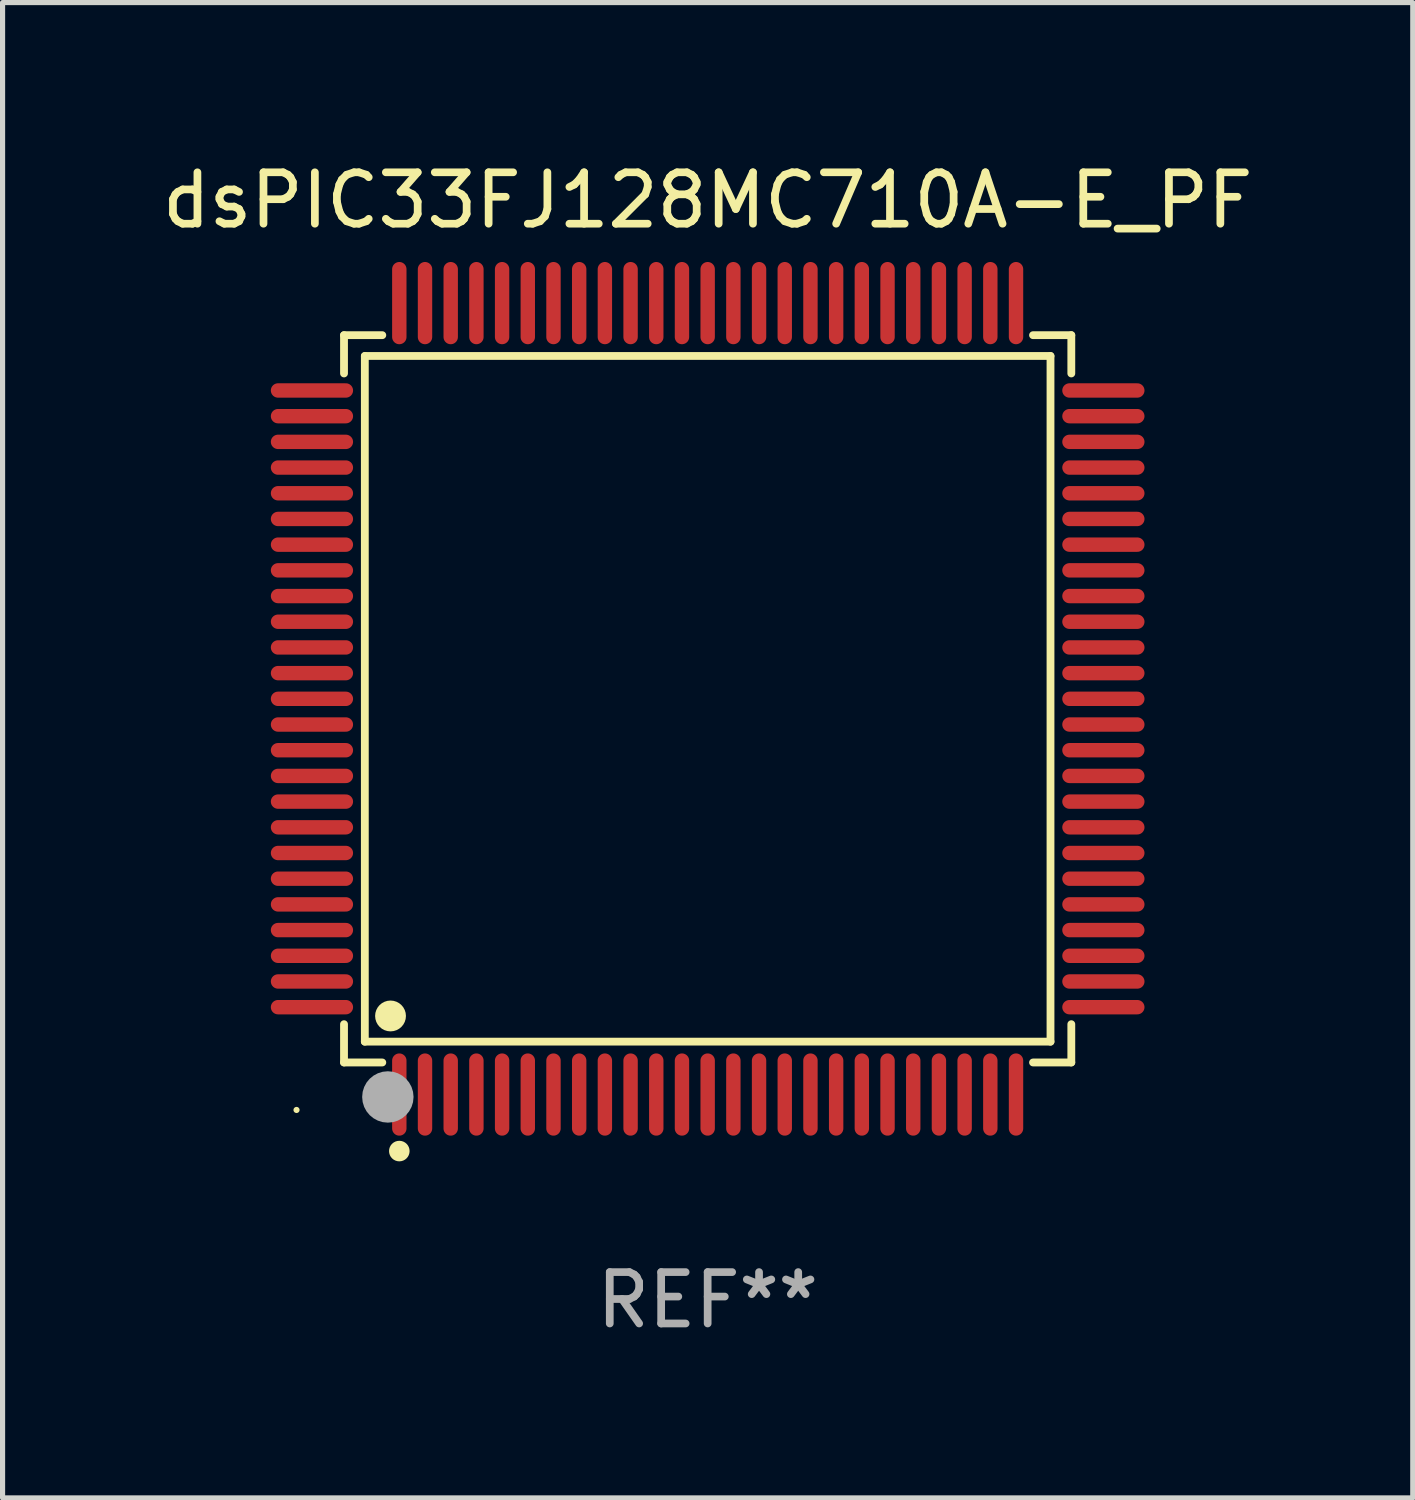
<source format=kicad_pcb>
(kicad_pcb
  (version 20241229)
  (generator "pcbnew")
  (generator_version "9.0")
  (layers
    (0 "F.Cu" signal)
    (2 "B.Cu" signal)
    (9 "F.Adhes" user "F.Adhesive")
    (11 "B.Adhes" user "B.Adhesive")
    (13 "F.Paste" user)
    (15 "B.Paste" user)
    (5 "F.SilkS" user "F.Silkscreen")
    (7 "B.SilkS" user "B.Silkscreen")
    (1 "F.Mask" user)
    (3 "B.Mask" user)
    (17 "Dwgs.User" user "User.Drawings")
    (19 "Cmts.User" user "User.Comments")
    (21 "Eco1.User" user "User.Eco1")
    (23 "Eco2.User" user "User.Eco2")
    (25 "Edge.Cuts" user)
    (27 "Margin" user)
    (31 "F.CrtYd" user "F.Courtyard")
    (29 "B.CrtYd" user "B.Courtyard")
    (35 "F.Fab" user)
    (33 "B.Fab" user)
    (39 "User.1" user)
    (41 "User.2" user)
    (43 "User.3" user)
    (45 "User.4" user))
  (footprint "dsPIC33FJ128MC710A-E_PF"
    (layer "F.Cu")
    (at 10.72 10.548)
    (property "Reference" "dsPIC33FJ128MC710A-E_PF" (at 0 -9.7 0) (layer "F.SilkS") (effects (font (size 1 1) (thickness 0.15))))
    (attr through_hole)
    (fp_line (start -7.076 -7.076) (end -6.331 -7.076) (stroke (width 0.152) (type solid)) (layer "F.SilkS"))
    (fp_line (start -7.076 -6.331) (end -7.076 -7.076) (stroke (width 0.152) (type solid)) (layer "F.SilkS"))
    (fp_line (start -7.076 6.331) (end -7.076 7.076) (stroke (width 0.152) (type solid)) (layer "F.SilkS"))
    (fp_line (start -7.076 7.076) (end -6.331 7.076) (stroke (width 0.152) (type solid)) (layer "F.SilkS"))
    (fp_line (start -6.671 -6.671) (end 6.671 -6.671) (stroke (width 0.152) (type solid)) (layer "F.SilkS"))
    (fp_line (start -6.671 6.671) (end -6.671 -6.671) (stroke (width 0.152) (type solid)) (layer "F.SilkS"))
    (fp_line (start 6.671 -6.671) (end 6.671 6.671) (stroke (width 0.152) (type solid)) (layer "F.SilkS"))
    (fp_line (start 6.671 6.671) (end -6.671 6.671) (stroke (width 0.152) (type solid)) (layer "F.SilkS"))
    (fp_line (start 7.076 -7.076) (end 6.331 -7.076) (stroke (width 0.152) (type solid)) (layer "F.SilkS"))
    (fp_line (start 7.076 -6.331) (end 7.076 -7.076) (stroke (width 0.152) (type solid)) (layer "F.SilkS"))
    (fp_line (start 7.076 6.331) (end 7.076 7.076) (stroke (width 0.152) (type solid)) (layer "F.SilkS"))
    (fp_line (start 7.076 7.076) (end 6.331 7.076) (stroke (width 0.152) (type solid)) (layer "F.SilkS"))
    (fp_circle (center -8 8) (end -7.97 8) (stroke (width 0.06) (type solid)) (fill no) (layer "F.SilkS"))
    (fp_circle (center -6.171 6.171) (end -6.021 6.171) (stroke (width 0.3) (type solid)) (fill no) (layer "F.SilkS"))
    (fp_circle (center -6 8.8) (end -5.9 8.8) (stroke (width 0.2) (type solid)) (fill no) (layer "F.SilkS"))
    (fp_circle (center -6.223 7.747) (end -5.973 7.747) (stroke (width 0.5) (type solid)) (fill no) (layer "F.Fab"))
    (fp_text user "REF**" (at 0 11.7 0) (layer "F.Fab") (effects (font (size 1 1) (thickness 0.15))))
    (pad "1" smd oval (at -6 7.7) (size 0.28 1.6) (layers "F.Cu" "F.Mask" "F.Paste"))
    (pad "2" smd oval (at -5.5 7.7) (size 0.28 1.6) (layers "F.Cu" "F.Mask" "F.Paste"))
    (pad "3" smd oval (at -5 7.7) (size 0.28 1.6) (layers "F.Cu" "F.Mask" "F.Paste"))
    (pad "4" smd oval (at -4.5 7.7) (size 0.28 1.6) (layers "F.Cu" "F.Mask" "F.Paste"))
    (pad "5" smd oval (at -4 7.7) (size 0.28 1.6) (layers "F.Cu" "F.Mask" "F.Paste"))
    (pad "6" smd oval (at -3.5 7.7) (size 0.28 1.6) (layers "F.Cu" "F.Mask" "F.Paste"))
    (pad "7" smd oval (at -3 7.7) (size 0.28 1.6) (layers "F.Cu" "F.Mask" "F.Paste"))
    (pad "8" smd oval (at -2.5 7.7) (size 0.28 1.6) (layers "F.Cu" "F.Mask" "F.Paste"))
    (pad "9" smd oval (at -2 7.7) (size 0.28 1.6) (layers "F.Cu" "F.Mask" "F.Paste"))
    (pad "10" smd oval (at -1.5 7.7) (size 0.28 1.6) (layers "F.Cu" "F.Mask" "F.Paste"))
    (pad "11" smd oval (at -1 7.7) (size 0.28 1.6) (layers "F.Cu" "F.Mask" "F.Paste"))
    (pad "12" smd oval (at -0.5 7.7) (size 0.28 1.6) (layers "F.Cu" "F.Mask" "F.Paste"))
    (pad "13" smd oval (at 0 7.7) (size 0.28 1.6) (layers "F.Cu" "F.Mask" "F.Paste"))
    (pad "14" smd oval (at 0.5 7.7) (size 0.28 1.6) (layers "F.Cu" "F.Mask" "F.Paste"))
    (pad "15" smd oval (at 1 7.7) (size 0.28 1.6) (layers "F.Cu" "F.Mask" "F.Paste"))
    (pad "16" smd oval (at 1.5 7.7) (size 0.28 1.6) (layers "F.Cu" "F.Mask" "F.Paste"))
    (pad "17" smd oval (at 2 7.7) (size 0.28 1.6) (layers "F.Cu" "F.Mask" "F.Paste"))
    (pad "18" smd oval (at 2.5 7.7) (size 0.28 1.6) (layers "F.Cu" "F.Mask" "F.Paste"))
    (pad "19" smd oval (at 3 7.7) (size 0.28 1.6) (layers "F.Cu" "F.Mask" "F.Paste"))
    (pad "20" smd oval (at 3.5 7.7) (size 0.28 1.6) (layers "F.Cu" "F.Mask" "F.Paste"))
    (pad "21" smd oval (at 4 7.7) (size 0.28 1.6) (layers "F.Cu" "F.Mask" "F.Paste"))
    (pad "22" smd oval (at 4.5 7.7) (size 0.28 1.6) (layers "F.Cu" "F.Mask" "F.Paste"))
    (pad "23" smd oval (at 5 7.7) (size 0.28 1.6) (layers "F.Cu" "F.Mask" "F.Paste"))
    (pad "24" smd oval (at 5.5 7.7) (size 0.28 1.6) (layers "F.Cu" "F.Mask" "F.Paste"))
    (pad "25" smd oval (at 6 7.7) (size 0.28 1.6) (layers "F.Cu" "F.Mask" "F.Paste"))
    (pad "26" smd oval (at 7.7 6) (size 1.6 0.28) (layers "F.Cu" "F.Mask" "F.Paste"))
    (pad "27" smd oval (at 7.7 5.5) (size 1.6 0.28) (layers "F.Cu" "F.Mask" "F.Paste"))
    (pad "28" smd oval (at 7.7 5) (size 1.6 0.28) (layers "F.Cu" "F.Mask" "F.Paste"))
    (pad "29" smd oval (at 7.7 4.5) (size 1.6 0.28) (layers "F.Cu" "F.Mask" "F.Paste"))
    (pad "30" smd oval (at 7.7 4) (size 1.6 0.28) (layers "F.Cu" "F.Mask" "F.Paste"))
    (pad "31" smd oval (at 7.7 3.5) (size 1.6 0.28) (layers "F.Cu" "F.Mask" "F.Paste"))
    (pad "32" smd oval (at 7.7 3) (size 1.6 0.28) (layers "F.Cu" "F.Mask" "F.Paste"))
    (pad "33" smd oval (at 7.7 2.5) (size 1.6 0.28) (layers "F.Cu" "F.Mask" "F.Paste"))
    (pad "34" smd oval (at 7.7 2) (size 1.6 0.28) (layers "F.Cu" "F.Mask" "F.Paste"))
    (pad "35" smd oval (at 7.7 1.5) (size 1.6 0.28) (layers "F.Cu" "F.Mask" "F.Paste"))
    (pad "36" smd oval (at 7.7 1) (size 1.6 0.28) (layers "F.Cu" "F.Mask" "F.Paste"))
    (pad "37" smd oval (at 7.7 0.5) (size 1.6 0.28) (layers "F.Cu" "F.Mask" "F.Paste"))
    (pad "38" smd oval (at 7.7 0) (size 1.6 0.28) (layers "F.Cu" "F.Mask" "F.Paste"))
    (pad "39" smd oval (at 7.7 -0.5) (size 1.6 0.28) (layers "F.Cu" "F.Mask" "F.Paste"))
    (pad "40" smd oval (at 7.7 -1) (size 1.6 0.28) (layers "F.Cu" "F.Mask" "F.Paste"))
    (pad "41" smd oval (at 7.7 -1.5) (size 1.6 0.28) (layers "F.Cu" "F.Mask" "F.Paste"))
    (pad "42" smd oval (at 7.7 -2) (size 1.6 0.28) (layers "F.Cu" "F.Mask" "F.Paste"))
    (pad "43" smd oval (at 7.7 -2.5) (size 1.6 0.28) (layers "F.Cu" "F.Mask" "F.Paste"))
    (pad "44" smd oval (at 7.7 -3) (size 1.6 0.28) (layers "F.Cu" "F.Mask" "F.Paste"))
    (pad "45" smd oval (at 7.7 -3.5) (size 1.6 0.28) (layers "F.Cu" "F.Mask" "F.Paste"))
    (pad "46" smd oval (at 7.7 -4) (size 1.6 0.28) (layers "F.Cu" "F.Mask" "F.Paste"))
    (pad "47" smd oval (at 7.7 -4.5) (size 1.6 0.28) (layers "F.Cu" "F.Mask" "F.Paste"))
    (pad "48" smd oval (at 7.7 -5) (size 1.6 0.28) (layers "F.Cu" "F.Mask" "F.Paste"))
    (pad "49" smd oval (at 7.7 -5.5) (size 1.6 0.28) (layers "F.Cu" "F.Mask" "F.Paste"))
    (pad "50" smd oval (at 7.7 -6) (size 1.6 0.28) (layers "F.Cu" "F.Mask" "F.Paste"))
    (pad "51" smd oval (at 6 -7.7) (size 0.28 1.6) (layers "F.Cu" "F.Mask" "F.Paste"))
    (pad "52" smd oval (at 5.5 -7.7) (size 0.28 1.6) (layers "F.Cu" "F.Mask" "F.Paste"))
    (pad "53" smd oval (at 5 -7.7) (size 0.28 1.6) (layers "F.Cu" "F.Mask" "F.Paste"))
    (pad "54" smd oval (at 4.5 -7.7) (size 0.28 1.6) (layers "F.Cu" "F.Mask" "F.Paste"))
    (pad "55" smd oval (at 4 -7.7) (size 0.28 1.6) (layers "F.Cu" "F.Mask" "F.Paste"))
    (pad "56" smd oval (at 3.5 -7.7) (size 0.28 1.6) (layers "F.Cu" "F.Mask" "F.Paste"))
    (pad "57" smd oval (at 3 -7.7) (size 0.28 1.6) (layers "F.Cu" "F.Mask" "F.Paste"))
    (pad "58" smd oval (at 2.5 -7.7) (size 0.28 1.6) (layers "F.Cu" "F.Mask" "F.Paste"))
    (pad "59" smd oval (at 2 -7.7) (size 0.28 1.6) (layers "F.Cu" "F.Mask" "F.Paste"))
    (pad "60" smd oval (at 1.5 -7.7) (size 0.28 1.6) (layers "F.Cu" "F.Mask" "F.Paste"))
    (pad "61" smd oval (at 1 -7.7) (size 0.28 1.6) (layers "F.Cu" "F.Mask" "F.Paste"))
    (pad "62" smd oval (at 0.5 -7.7) (size 0.28 1.6) (layers "F.Cu" "F.Mask" "F.Paste"))
    (pad "63" smd oval (at 0 -7.7) (size 0.28 1.6) (layers "F.Cu" "F.Mask" "F.Paste"))
    (pad "64" smd oval (at -0.5 -7.7) (size 0.28 1.6) (layers "F.Cu" "F.Mask" "F.Paste"))
    (pad "65" smd oval (at -1 -7.7) (size 0.28 1.6) (layers "F.Cu" "F.Mask" "F.Paste"))
    (pad "66" smd oval (at -1.5 -7.7) (size 0.28 1.6) (layers "F.Cu" "F.Mask" "F.Paste"))
    (pad "67" smd oval (at -2 -7.7) (size 0.28 1.6) (layers "F.Cu" "F.Mask" "F.Paste"))
    (pad "68" smd oval (at -2.5 -7.7) (size 0.28 1.6) (layers "F.Cu" "F.Mask" "F.Paste"))
    (pad "69" smd oval (at -3 -7.7) (size 0.28 1.6) (layers "F.Cu" "F.Mask" "F.Paste"))
    (pad "70" smd oval (at -3.5 -7.7) (size 0.28 1.6) (layers "F.Cu" "F.Mask" "F.Paste"))
    (pad "71" smd oval (at -4 -7.7) (size 0.28 1.6) (layers "F.Cu" "F.Mask" "F.Paste"))
    (pad "72" smd oval (at -4.5 -7.7) (size 0.28 1.6) (layers "F.Cu" "F.Mask" "F.Paste"))
    (pad "73" smd oval (at -5 -7.7) (size 0.28 1.6) (layers "F.Cu" "F.Mask" "F.Paste"))
    (pad "74" smd oval (at -5.5 -7.7) (size 0.28 1.6) (layers "F.Cu" "F.Mask" "F.Paste"))
    (pad "75" smd oval (at -6 -7.7) (size 0.28 1.6) (layers "F.Cu" "F.Mask" "F.Paste"))
    (pad "76" smd oval (at -7.7 -6) (size 1.6 0.28) (layers "F.Cu" "F.Mask" "F.Paste"))
    (pad "77" smd oval (at -7.7 -5.5) (size 1.6 0.28) (layers "F.Cu" "F.Mask" "F.Paste"))
    (pad "78" smd oval (at -7.7 -5) (size 1.6 0.28) (layers "F.Cu" "F.Mask" "F.Paste"))
    (pad "79" smd oval (at -7.7 -4.5) (size 1.6 0.28) (layers "F.Cu" "F.Mask" "F.Paste"))
    (pad "80" smd oval (at -7.7 -4) (size 1.6 0.28) (layers "F.Cu" "F.Mask" "F.Paste"))
    (pad "81" smd oval (at -7.7 -3.5) (size 1.6 0.28) (layers "F.Cu" "F.Mask" "F.Paste"))
    (pad "82" smd oval (at -7.7 -3) (size 1.6 0.28) (layers "F.Cu" "F.Mask" "F.Paste"))
    (pad "83" smd oval (at -7.7 -2.5) (size 1.6 0.28) (layers "F.Cu" "F.Mask" "F.Paste"))
    (pad "84" smd oval (at -7.7 -2) (size 1.6 0.28) (layers "F.Cu" "F.Mask" "F.Paste"))
    (pad "85" smd oval (at -7.7 -1.5) (size 1.6 0.28) (layers "F.Cu" "F.Mask" "F.Paste"))
    (pad "86" smd oval (at -7.7 -1) (size 1.6 0.28) (layers "F.Cu" "F.Mask" "F.Paste"))
    (pad "87" smd oval (at -7.7 -0.5) (size 1.6 0.28) (layers "F.Cu" "F.Mask" "F.Paste"))
    (pad "88" smd oval (at -7.7 0) (size 1.6 0.28) (layers "F.Cu" "F.Mask" "F.Paste"))
    (pad "89" smd oval (at -7.7 0.5) (size 1.6 0.28) (layers "F.Cu" "F.Mask" "F.Paste"))
    (pad "90" smd oval (at -7.7 1) (size 1.6 0.28) (layers "F.Cu" "F.Mask" "F.Paste"))
    (pad "91" smd oval (at -7.7 1.5) (size 1.6 0.28) (layers "F.Cu" "F.Mask" "F.Paste"))
    (pad "92" smd oval (at -7.7 2) (size 1.6 0.28) (layers "F.Cu" "F.Mask" "F.Paste"))
    (pad "93" smd oval (at -7.7 2.5) (size 1.6 0.28) (layers "F.Cu" "F.Mask" "F.Paste"))
    (pad "94" smd oval (at -7.7 3) (size 1.6 0.28) (layers "F.Cu" "F.Mask" "F.Paste"))
    (pad "95" smd oval (at -7.7 3.5) (size 1.6 0.28) (layers "F.Cu" "F.Mask" "F.Paste"))
    (pad "96" smd oval (at -7.7 4) (size 1.6 0.28) (layers "F.Cu" "F.Mask" "F.Paste"))
    (pad "97" smd oval (at -7.7 4.5) (size 1.6 0.28) (layers "F.Cu" "F.Mask" "F.Paste"))
    (pad "98" smd oval (at -7.7 5) (size 1.6 0.28) (layers "F.Cu" "F.Mask" "F.Paste"))
    (pad "99" smd oval (at -7.7 5.5) (size 1.6 0.28) (layers "F.Cu" "F.Mask" "F.Paste"))
    (pad "100" smd oval (at -7.7 6) (size 1.6 0.28) (layers "F.Cu" "F.Mask" "F.Paste")))
  (gr_rect
    (start -3 -3)
    (end 24.44 26.097)
    (stroke (width 0.1) (type default))
    (fill no)
    (layer "Edge.Cuts")))
</source>
